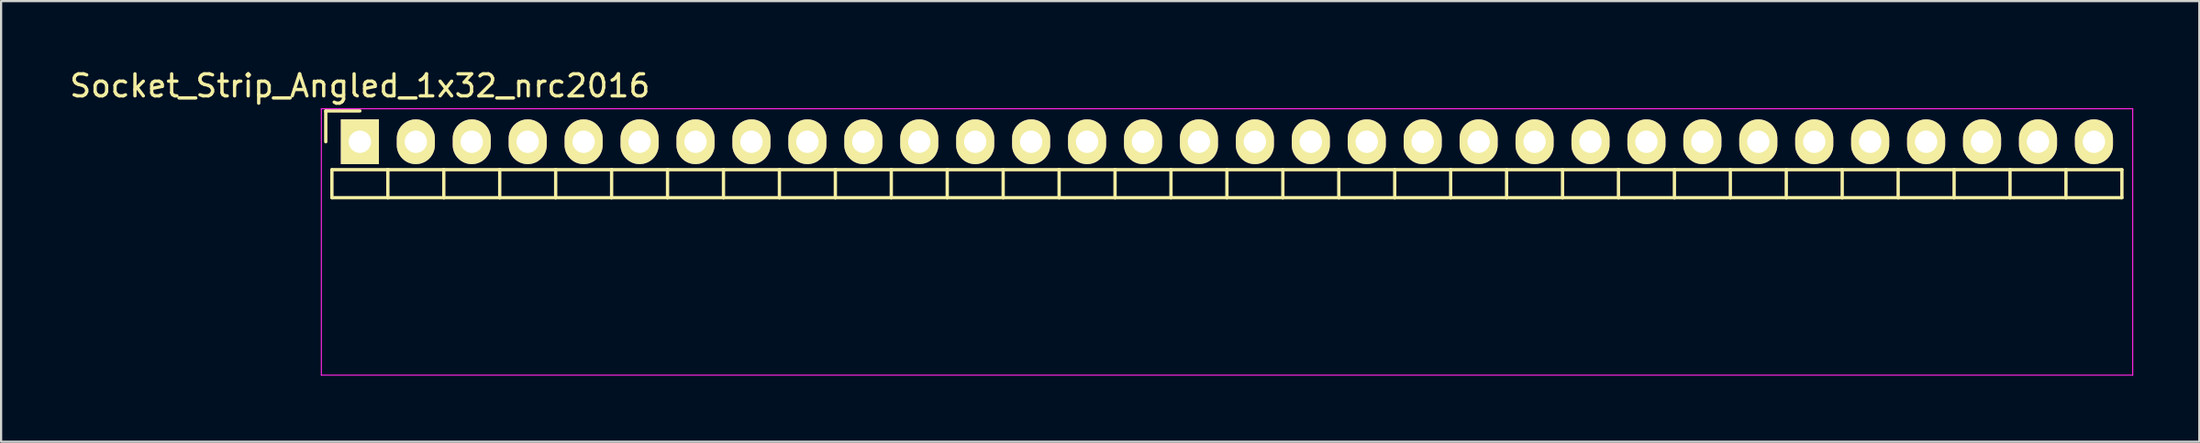
<source format=kicad_pcb>
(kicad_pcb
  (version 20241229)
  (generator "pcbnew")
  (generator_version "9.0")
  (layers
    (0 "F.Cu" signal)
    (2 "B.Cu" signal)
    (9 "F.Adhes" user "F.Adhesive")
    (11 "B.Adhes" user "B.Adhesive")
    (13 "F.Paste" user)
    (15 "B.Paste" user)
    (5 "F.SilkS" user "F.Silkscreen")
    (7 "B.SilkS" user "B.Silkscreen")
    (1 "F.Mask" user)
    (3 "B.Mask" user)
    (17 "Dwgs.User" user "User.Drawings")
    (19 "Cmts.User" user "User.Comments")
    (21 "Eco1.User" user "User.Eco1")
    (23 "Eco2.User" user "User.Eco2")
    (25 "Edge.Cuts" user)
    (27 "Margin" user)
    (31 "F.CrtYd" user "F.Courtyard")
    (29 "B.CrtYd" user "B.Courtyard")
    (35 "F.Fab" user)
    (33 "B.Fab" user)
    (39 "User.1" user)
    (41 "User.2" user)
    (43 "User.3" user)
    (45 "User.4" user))
  (footprint "Socket_Strip_Angled_1x32_nrc2016"
    (layer "F.Cu")
    (at 13.292 3.388)
    (property "Reference" "Socket_Strip_Angled_1x32_nrc2016" (at 0 -2.54 0) (layer "F.SilkS") (effects (font (size 1 1) (thickness 0.15))))
    (attr through_hole)
    (fp_line (start -1.55 -1.4) (end -1.55 0) (stroke (width 0.15) (type solid)) (layer "F.SilkS"))
    (fp_line (start -1.27 1.27) (end -1.27 2.54) (stroke (width 0.15) (type solid)) (layer "F.SilkS"))
    (fp_line (start -1.27 1.27) (end 1.27 1.27) (stroke (width 0.15) (type solid)) (layer "F.SilkS"))
    (fp_line (start -1.27 2.54) (end 1.27 2.54) (stroke (width 0.15) (type solid)) (layer "F.SilkS"))
    (fp_line (start 0 -1.4) (end -1.55 -1.4) (stroke (width 0.15) (type solid)) (layer "F.SilkS"))
    (fp_line (start 1.27 1.27) (end 3.81 1.27) (stroke (width 0.15) (type solid)) (layer "F.SilkS"))
    (fp_line (start 1.27 2.54) (end 1.27 1.27) (stroke (width 0.15) (type solid)) (layer "F.SilkS"))
    (fp_line (start 1.27 2.54) (end 3.81 2.54) (stroke (width 0.15) (type solid)) (layer "F.SilkS"))
    (fp_line (start 3.81 1.27) (end 6.35 1.27) (stroke (width 0.15) (type solid)) (layer "F.SilkS"))
    (fp_line (start 3.81 2.54) (end 3.81 1.27) (stroke (width 0.15) (type solid)) (layer "F.SilkS"))
    (fp_line (start 3.81 2.54) (end 6.35 2.54) (stroke (width 0.15) (type solid)) (layer "F.SilkS"))
    (fp_line (start 6.35 1.27) (end 8.89 1.27) (stroke (width 0.15) (type solid)) (layer "F.SilkS"))
    (fp_line (start 6.35 2.54) (end 6.35 1.27) (stroke (width 0.15) (type solid)) (layer "F.SilkS"))
    (fp_line (start 6.35 2.54) (end 8.89 2.54) (stroke (width 0.15) (type solid)) (layer "F.SilkS"))
    (fp_line (start 8.89 1.27) (end 11.43 1.27) (stroke (width 0.15) (type solid)) (layer "F.SilkS"))
    (fp_line (start 8.89 2.54) (end 8.89 1.27) (stroke (width 0.15) (type solid)) (layer "F.SilkS"))
    (fp_line (start 8.89 2.54) (end 11.43 2.54) (stroke (width 0.15) (type solid)) (layer "F.SilkS"))
    (fp_line (start 11.43 1.27) (end 13.97 1.27) (stroke (width 0.15) (type solid)) (layer "F.SilkS"))
    (fp_line (start 11.43 2.54) (end 11.43 1.27) (stroke (width 0.15) (type solid)) (layer "F.SilkS"))
    (fp_line (start 11.43 2.54) (end 13.97 2.54) (stroke (width 0.15) (type solid)) (layer "F.SilkS"))
    (fp_line (start 13.97 1.27) (end 16.51 1.27) (stroke (width 0.15) (type solid)) (layer "F.SilkS"))
    (fp_line (start 13.97 2.54) (end 13.97 1.27) (stroke (width 0.15) (type solid)) (layer "F.SilkS"))
    (fp_line (start 13.97 2.54) (end 16.51 2.54) (stroke (width 0.15) (type solid)) (layer "F.SilkS"))
    (fp_line (start 16.51 1.27) (end 19.05 1.27) (stroke (width 0.15) (type solid)) (layer "F.SilkS"))
    (fp_line (start 16.51 2.54) (end 16.51 1.27) (stroke (width 0.15) (type solid)) (layer "F.SilkS"))
    (fp_line (start 16.51 2.54) (end 19.05 2.54) (stroke (width 0.15) (type solid)) (layer "F.SilkS"))
    (fp_line (start 19.05 1.27) (end 21.59 1.27) (stroke (width 0.15) (type solid)) (layer "F.SilkS"))
    (fp_line (start 19.05 2.54) (end 19.05 1.27) (stroke (width 0.15) (type solid)) (layer "F.SilkS"))
    (fp_line (start 19.05 2.54) (end 21.59 2.54) (stroke (width 0.15) (type solid)) (layer "F.SilkS"))
    (fp_line (start 21.59 1.27) (end 24.13 1.27) (stroke (width 0.15) (type solid)) (layer "F.SilkS"))
    (fp_line (start 21.59 2.54) (end 21.59 1.27) (stroke (width 0.15) (type solid)) (layer "F.SilkS"))
    (fp_line (start 21.59 2.54) (end 24.13 2.54) (stroke (width 0.15) (type solid)) (layer "F.SilkS"))
    (fp_line (start 24.13 1.27) (end 26.67 1.27) (stroke (width 0.15) (type solid)) (layer "F.SilkS"))
    (fp_line (start 24.13 2.54) (end 24.13 1.27) (stroke (width 0.15) (type solid)) (layer "F.SilkS"))
    (fp_line (start 24.13 2.54) (end 26.67 2.54) (stroke (width 0.15) (type solid)) (layer "F.SilkS"))
    (fp_line (start 26.67 1.27) (end 29.21 1.27) (stroke (width 0.15) (type solid)) (layer "F.SilkS"))
    (fp_line (start 26.67 2.54) (end 26.67 1.27) (stroke (width 0.15) (type solid)) (layer "F.SilkS"))
    (fp_line (start 26.67 2.54) (end 29.21 2.54) (stroke (width 0.15) (type solid)) (layer "F.SilkS"))
    (fp_line (start 29.21 1.27) (end 31.75 1.27) (stroke (width 0.15) (type solid)) (layer "F.SilkS"))
    (fp_line (start 29.21 2.54) (end 29.21 1.27) (stroke (width 0.15) (type solid)) (layer "F.SilkS"))
    (fp_line (start 29.21 2.54) (end 31.75 2.54) (stroke (width 0.15) (type solid)) (layer "F.SilkS"))
    (fp_line (start 31.75 1.27) (end 34.29 1.27) (stroke (width 0.15) (type solid)) (layer "F.SilkS"))
    (fp_line (start 31.75 2.54) (end 31.75 1.27) (stroke (width 0.15) (type solid)) (layer "F.SilkS"))
    (fp_line (start 31.75 2.54) (end 34.29 2.54) (stroke (width 0.15) (type solid)) (layer "F.SilkS"))
    (fp_line (start 34.29 1.27) (end 36.83 1.27) (stroke (width 0.15) (type solid)) (layer "F.SilkS"))
    (fp_line (start 34.29 2.54) (end 34.29 1.27) (stroke (width 0.15) (type solid)) (layer "F.SilkS"))
    (fp_line (start 34.29 2.54) (end 36.83 2.54) (stroke (width 0.15) (type solid)) (layer "F.SilkS"))
    (fp_line (start 36.83 1.27) (end 39.37 1.27) (stroke (width 0.15) (type solid)) (layer "F.SilkS"))
    (fp_line (start 36.83 2.54) (end 36.83 1.27) (stroke (width 0.15) (type solid)) (layer "F.SilkS"))
    (fp_line (start 36.83 2.54) (end 39.37 2.54) (stroke (width 0.15) (type solid)) (layer "F.SilkS"))
    (fp_line (start 39.37 1.27) (end 41.91 1.27) (stroke (width 0.15) (type solid)) (layer "F.SilkS"))
    (fp_line (start 39.37 2.54) (end 39.37 1.27) (stroke (width 0.15) (type solid)) (layer "F.SilkS"))
    (fp_line (start 39.37 2.54) (end 41.91 2.54) (stroke (width 0.15) (type solid)) (layer "F.SilkS"))
    (fp_line (start 41.91 1.27) (end 44.45 1.27) (stroke (width 0.15) (type solid)) (layer "F.SilkS"))
    (fp_line (start 41.91 2.54) (end 41.91 1.27) (stroke (width 0.15) (type solid)) (layer "F.SilkS"))
    (fp_line (start 41.91 2.54) (end 44.45 2.54) (stroke (width 0.15) (type solid)) (layer "F.SilkS"))
    (fp_line (start 44.45 1.27) (end 46.99 1.27) (stroke (width 0.15) (type solid)) (layer "F.SilkS"))
    (fp_line (start 44.45 2.54) (end 44.45 1.27) (stroke (width 0.15) (type solid)) (layer "F.SilkS"))
    (fp_line (start 44.45 2.54) (end 46.99 2.54) (stroke (width 0.15) (type solid)) (layer "F.SilkS"))
    (fp_line (start 46.99 1.27) (end 49.53 1.27) (stroke (width 0.15) (type solid)) (layer "F.SilkS"))
    (fp_line (start 46.99 2.54) (end 46.99 1.27) (stroke (width 0.15) (type solid)) (layer "F.SilkS"))
    (fp_line (start 46.99 2.54) (end 49.53 2.54) (stroke (width 0.15) (type solid)) (layer "F.SilkS"))
    (fp_line (start 49.53 1.27) (end 52.07 1.27) (stroke (width 0.15) (type solid)) (layer "F.SilkS"))
    (fp_line (start 49.53 2.54) (end 49.53 1.27) (stroke (width 0.15) (type solid)) (layer "F.SilkS"))
    (fp_line (start 49.53 2.54) (end 52.07 2.54) (stroke (width 0.15) (type solid)) (layer "F.SilkS"))
    (fp_line (start 52.07 1.27) (end 54.61 1.27) (stroke (width 0.15) (type solid)) (layer "F.SilkS"))
    (fp_line (start 52.07 2.54) (end 52.07 1.27) (stroke (width 0.15) (type solid)) (layer "F.SilkS"))
    (fp_line (start 52.07 2.54) (end 54.61 2.54) (stroke (width 0.15) (type solid)) (layer "F.SilkS"))
    (fp_line (start 54.61 1.27) (end 57.15 1.27) (stroke (width 0.15) (type solid)) (layer "F.SilkS"))
    (fp_line (start 54.61 2.54) (end 54.61 1.27) (stroke (width 0.15) (type solid)) (layer "F.SilkS"))
    (fp_line (start 54.61 2.54) (end 57.15 2.54) (stroke (width 0.15) (type solid)) (layer "F.SilkS"))
    (fp_line (start 57.15 1.27) (end 59.69 1.27) (stroke (width 0.15) (type solid)) (layer "F.SilkS"))
    (fp_line (start 57.15 2.54) (end 57.15 1.27) (stroke (width 0.15) (type solid)) (layer "F.SilkS"))
    (fp_line (start 57.15 2.54) (end 59.69 2.54) (stroke (width 0.15) (type solid)) (layer "F.SilkS"))
    (fp_line (start 59.69 1.27) (end 62.23 1.27) (stroke (width 0.15) (type solid)) (layer "F.SilkS"))
    (fp_line (start 59.69 2.54) (end 59.69 1.27) (stroke (width 0.15) (type solid)) (layer "F.SilkS"))
    (fp_line (start 59.69 2.54) (end 62.23 2.54) (stroke (width 0.15) (type solid)) (layer "F.SilkS"))
    (fp_line (start 62.23 1.27) (end 64.77 1.27) (stroke (width 0.15) (type solid)) (layer "F.SilkS"))
    (fp_line (start 62.23 2.54) (end 62.23 1.27) (stroke (width 0.15) (type solid)) (layer "F.SilkS"))
    (fp_line (start 62.23 2.54) (end 64.77 2.54) (stroke (width 0.15) (type solid)) (layer "F.SilkS"))
    (fp_line (start 64.77 1.27) (end 67.31 1.27) (stroke (width 0.15) (type solid)) (layer "F.SilkS"))
    (fp_line (start 64.77 2.54) (end 64.77 1.27) (stroke (width 0.15) (type solid)) (layer "F.SilkS"))
    (fp_line (start 64.77 2.54) (end 67.31 2.54) (stroke (width 0.15) (type solid)) (layer "F.SilkS"))
    (fp_line (start 67.31 1.27) (end 69.85 1.27) (stroke (width 0.15) (type solid)) (layer "F.SilkS"))
    (fp_line (start 67.31 2.54) (end 67.31 1.27) (stroke (width 0.15) (type solid)) (layer "F.SilkS"))
    (fp_line (start 67.31 2.54) (end 69.85 2.54) (stroke (width 0.15) (type solid)) (layer "F.SilkS"))
    (fp_line (start 69.85 1.27) (end 72.39 1.27) (stroke (width 0.15) (type solid)) (layer "F.SilkS"))
    (fp_line (start 69.85 2.54) (end 69.85 1.27) (stroke (width 0.15) (type solid)) (layer "F.SilkS"))
    (fp_line (start 69.85 2.54) (end 72.39 2.54) (stroke (width 0.15) (type solid)) (layer "F.SilkS"))
    (fp_line (start 72.39 1.27) (end 74.93 1.27) (stroke (width 0.15) (type solid)) (layer "F.SilkS"))
    (fp_line (start 72.39 2.54) (end 72.39 1.27) (stroke (width 0.15) (type solid)) (layer "F.SilkS"))
    (fp_line (start 72.39 2.54) (end 74.93 2.54) (stroke (width 0.15) (type solid)) (layer "F.SilkS"))
    (fp_line (start 74.93 1.27) (end 77.47 1.27) (stroke (width 0.15) (type solid)) (layer "F.SilkS"))
    (fp_line (start 74.93 2.54) (end 74.93 1.27) (stroke (width 0.15) (type solid)) (layer "F.SilkS"))
    (fp_line (start 74.93 2.54) (end 77.47 2.54) (stroke (width 0.15) (type solid)) (layer "F.SilkS"))
    (fp_line (start 77.47 1.27) (end 80.01 1.27) (stroke (width 0.15) (type solid)) (layer "F.SilkS"))
    (fp_line (start 77.47 2.54) (end 77.47 1.27) (stroke (width 0.15) (type solid)) (layer "F.SilkS"))
    (fp_line (start 77.47 2.54) (end 80.01 2.54) (stroke (width 0.15) (type solid)) (layer "F.SilkS"))
    (fp_line (start 80.01 2.54) (end 80.01 1.27) (stroke (width 0.15) (type solid)) (layer "F.SilkS"))
    (fp_line (start -1.75 -1.5) (end -1.75 10.6) (stroke (width 0.05) (type solid)) (layer "F.CrtYd"))
    (fp_line (start -1.75 -1.5) (end 80.5 -1.5) (stroke (width 0.05) (type solid)) (layer "F.CrtYd"))
    (fp_line (start -1.75 10.6) (end 80.5 10.6) (stroke (width 0.05) (type solid)) (layer "F.CrtYd"))
    (fp_line (start 80.5 -1.5) (end 80.5 10.6) (stroke (width 0.05) (type solid)) (layer "F.CrtYd"))
    (pad "1" thru_hole rect (at 0 0) (size 1.727 2.032) (drill 1.016) (layers "*.Cu" "*.Mask" "F.SilkS"))
    (pad "2" thru_hole oval (at 2.54 0) (size 1.727 2.032) (drill 1.016) (layers "*.Cu" "*.Mask" "F.SilkS"))
    (pad "3" thru_hole oval (at 5.08 0) (size 1.727 2.032) (drill 1.016) (layers "*.Cu" "*.Mask" "F.SilkS"))
    (pad "4" thru_hole oval (at 7.62 0) (size 1.727 2.032) (drill 1.016) (layers "*.Cu" "*.Mask" "F.SilkS"))
    (pad "5" thru_hole oval (at 10.16 0) (size 1.727 2.032) (drill 1.016) (layers "*.Cu" "*.Mask" "F.SilkS"))
    (pad "6" thru_hole oval (at 12.7 0) (size 1.727 2.032) (drill 1.016) (layers "*.Cu" "*.Mask" "F.SilkS"))
    (pad "7" thru_hole oval (at 15.24 0) (size 1.727 2.032) (drill 1.016) (layers "*.Cu" "*.Mask" "F.SilkS"))
    (pad "8" thru_hole oval (at 17.78 0) (size 1.727 2.032) (drill 1.016) (layers "*.Cu" "*.Mask" "F.SilkS"))
    (pad "9" thru_hole oval (at 20.32 0) (size 1.727 2.032) (drill 1.016) (layers "*.Cu" "*.Mask" "F.SilkS"))
    (pad "10" thru_hole oval (at 22.86 0) (size 1.727 2.032) (drill 1.016) (layers "*.Cu" "*.Mask" "F.SilkS"))
    (pad "11" thru_hole oval (at 25.4 0) (size 1.727 2.032) (drill 1.016) (layers "*.Cu" "*.Mask" "F.SilkS"))
    (pad "12" thru_hole oval (at 27.94 0) (size 1.727 2.032) (drill 1.016) (layers "*.Cu" "*.Mask" "F.SilkS"))
    (pad "13" thru_hole oval (at 30.48 0) (size 1.727 2.032) (drill 1.016) (layers "*.Cu" "*.Mask" "F.SilkS"))
    (pad "14" thru_hole oval (at 33.02 0) (size 1.727 2.032) (drill 1.016) (layers "*.Cu" "*.Mask" "F.SilkS"))
    (pad "15" thru_hole oval (at 35.56 0) (size 1.727 2.032) (drill 1.016) (layers "*.Cu" "*.Mask" "F.SilkS"))
    (pad "16" thru_hole oval (at 38.1 0) (size 1.727 2.032) (drill 1.016) (layers "*.Cu" "*.Mask" "F.SilkS"))
    (pad "17" thru_hole oval (at 40.64 0) (size 1.727 2.032) (drill 1.016) (layers "*.Cu" "*.Mask" "F.SilkS"))
    (pad "18" thru_hole oval (at 43.18 0) (size 1.727 2.032) (drill 1.016) (layers "*.Cu" "*.Mask" "F.SilkS"))
    (pad "19" thru_hole oval (at 45.72 0) (size 1.727 2.032) (drill 1.016) (layers "*.Cu" "*.Mask" "F.SilkS"))
    (pad "20" thru_hole oval (at 48.26 0) (size 1.727 2.032) (drill 1.016) (layers "*.Cu" "*.Mask" "F.SilkS"))
    (pad "21" thru_hole oval (at 50.8 0) (size 1.727 2.032) (drill 1.016) (layers "*.Cu" "*.Mask" "F.SilkS"))
    (pad "22" thru_hole oval (at 53.34 0) (size 1.727 2.032) (drill 1.016) (layers "*.Cu" "*.Mask" "F.SilkS"))
    (pad "23" thru_hole oval (at 55.88 0) (size 1.727 2.032) (drill 1.016) (layers "*.Cu" "*.Mask" "F.SilkS"))
    (pad "24" thru_hole oval (at 58.42 0) (size 1.727 2.032) (drill 1.016) (layers "*.Cu" "*.Mask" "F.SilkS"))
    (pad "25" thru_hole oval (at 60.96 0) (size 1.727 2.032) (drill 1.016) (layers "*.Cu" "*.Mask" "F.SilkS"))
    (pad "26" thru_hole oval (at 63.5 0) (size 1.727 2.032) (drill 1.016) (layers "*.Cu" "*.Mask" "F.SilkS"))
    (pad "27" thru_hole oval (at 66.04 0) (size 1.727 2.032) (drill 1.016) (layers "*.Cu" "*.Mask" "F.SilkS"))
    (pad "28" thru_hole oval (at 68.58 0) (size 1.727 2.032) (drill 1.016) (layers "*.Cu" "*.Mask" "F.SilkS"))
    (pad "29" thru_hole oval (at 71.12 0) (size 1.727 2.032) (drill 1.016) (layers "*.Cu" "*.Mask" "F.SilkS"))
    (pad "30" thru_hole oval (at 73.66 0) (size 1.727 2.032) (drill 1.016) (layers "*.Cu" "*.Mask" "F.SilkS"))
    (pad "31" thru_hole oval (at 76.2 0) (size 1.727 2.032) (drill 1.016) (layers "*.Cu" "*.Mask" "F.SilkS"))
    (pad "32" thru_hole oval (at 78.74 0) (size 1.727 2.032) (drill 1.016) (layers "*.Cu" "*.Mask" "F.SilkS")))
  (gr_rect
    (start -3 -3)
    (end 96.817 17.013)
    (stroke (width 0.1) (type default))
    (fill no)
    (layer "Edge.Cuts")))
</source>
